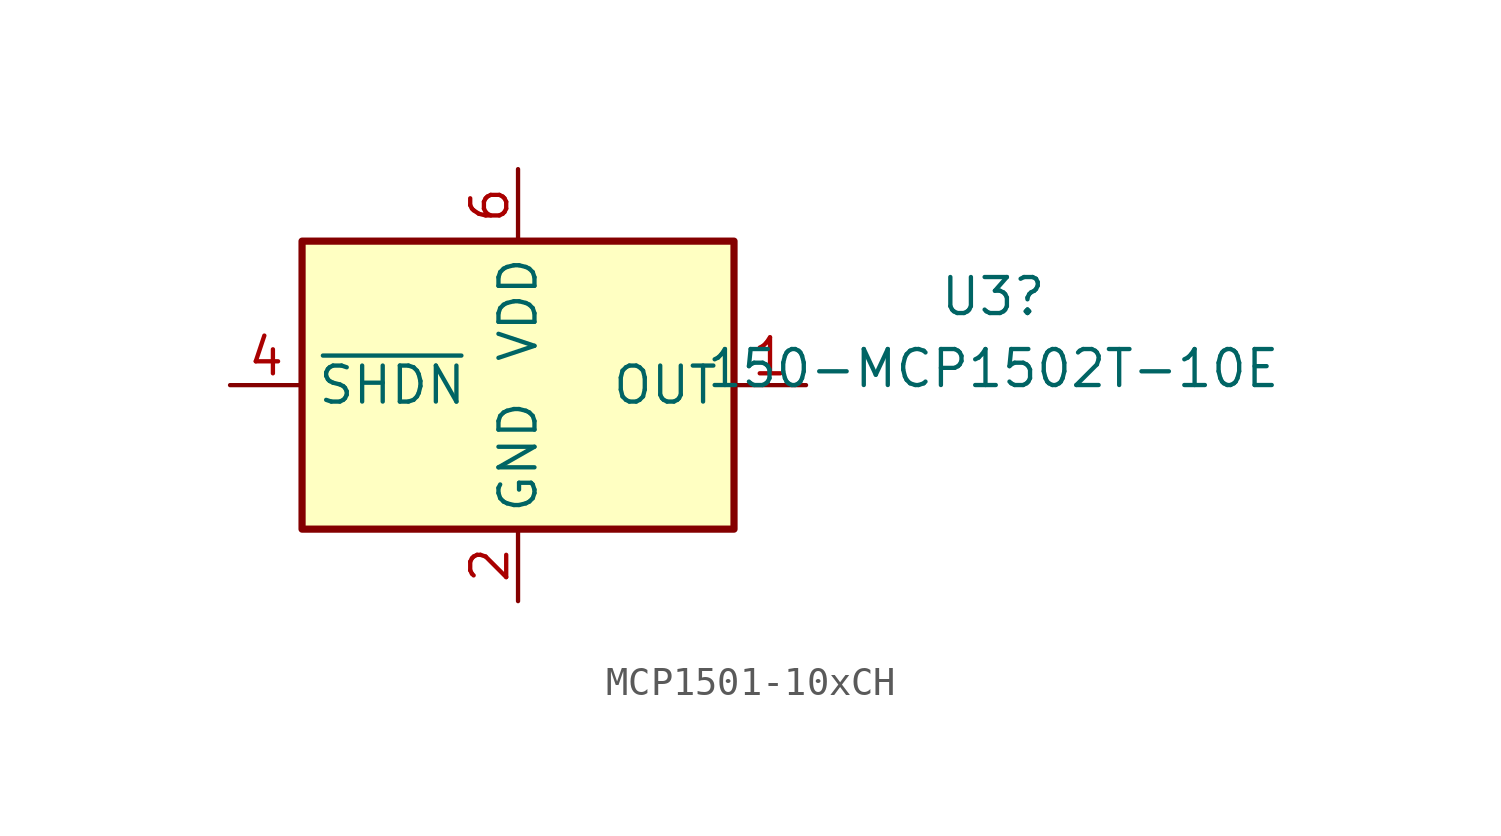
<source format=kicad_sym>
(kicad_symbol_lib
  (version 20220914)
  (generator kicad_symbol_editor)
  (symbol "MCP1501-10xCH"
    (property "Reference" "U3"
      (at 16.764 3.124 0)
      (effects (font (size 1.27 1.27))))
    (property "Value" "150-MCP1502T-10E"
      (at 16.764 0.584 0)
      (effects (font (size 1.27 1.27))))
    (symbol "MCP1501-10xCH_0_0"
      (pin power_out line (at 10.16 0 180) (length 2.54) (name "OUT" (effects (font (size 1.27 1.27)))) (number "1" (effects (font (size 1.27 1.27)))))
      (pin power_in line (at 0 -7.62 90) (length 2.54) (name "GND" (effects (font (size 1.27 1.27)))) (number "2" (effects (font (size 1.27 1.27)))))
      (pin passive line (at 0 -7.62 90) (length 2.54) hide (name "GND" (effects (font (size 1.27 1.27)))) (number "3" (effects (font (size 1.27 1.27)))))
      (pin input line (at -10.16 0 0) (length 2.54) (name "~{SHDN}" (effects (font (size 1.27 1.27)))) (number "4" (effects (font (size 1.27 1.27)))))
      (pin passive line (at 0 -7.62 90) (length 2.54) hide (name "GND" (effects (font (size 1.27 1.27)))) (number "5" (effects (font (size 1.27 1.27)))))
      (pin power_in line (at 0 7.62 270) (length 2.54) (name "VDD" (effects (font (size 1.27 1.27)))) (number "6" (effects (font (size 1.27 1.27))))))
    (symbol "MCP1501-10xCH_0_1"
      (rectangle (start -7.62 5.08) (end 7.62 -5.08) (stroke (width 0.254) (type default)) (fill (type background))))))
</source>
